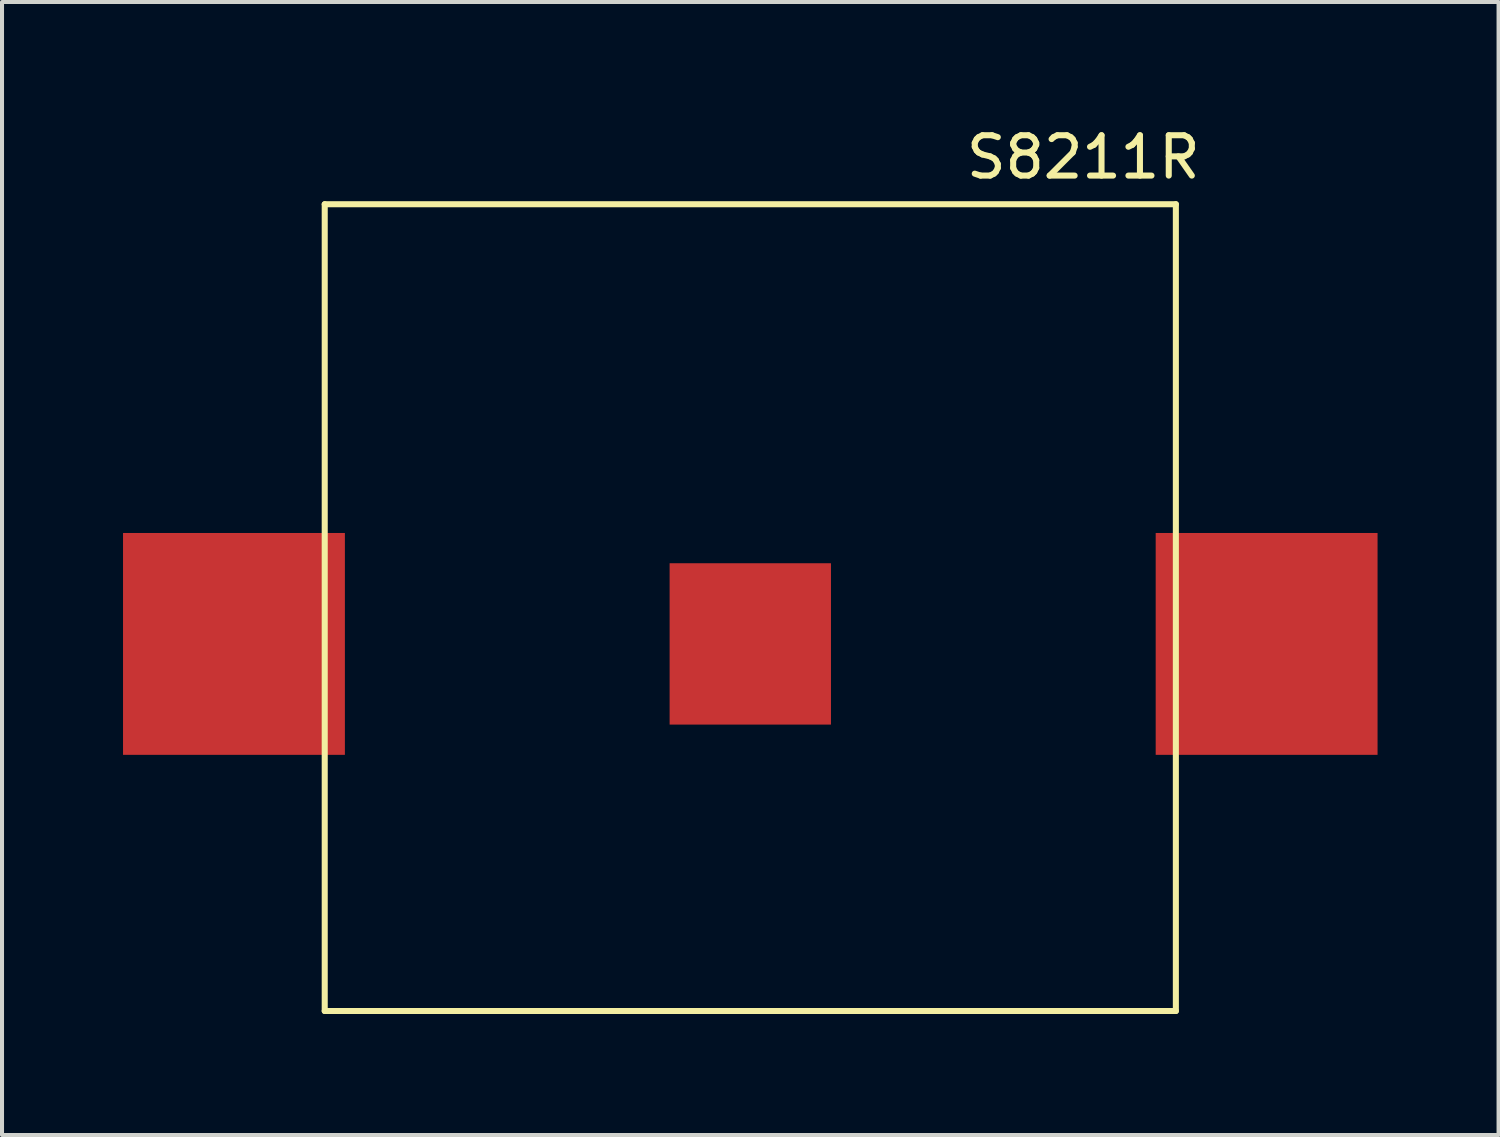
<source format=kicad_pcb>
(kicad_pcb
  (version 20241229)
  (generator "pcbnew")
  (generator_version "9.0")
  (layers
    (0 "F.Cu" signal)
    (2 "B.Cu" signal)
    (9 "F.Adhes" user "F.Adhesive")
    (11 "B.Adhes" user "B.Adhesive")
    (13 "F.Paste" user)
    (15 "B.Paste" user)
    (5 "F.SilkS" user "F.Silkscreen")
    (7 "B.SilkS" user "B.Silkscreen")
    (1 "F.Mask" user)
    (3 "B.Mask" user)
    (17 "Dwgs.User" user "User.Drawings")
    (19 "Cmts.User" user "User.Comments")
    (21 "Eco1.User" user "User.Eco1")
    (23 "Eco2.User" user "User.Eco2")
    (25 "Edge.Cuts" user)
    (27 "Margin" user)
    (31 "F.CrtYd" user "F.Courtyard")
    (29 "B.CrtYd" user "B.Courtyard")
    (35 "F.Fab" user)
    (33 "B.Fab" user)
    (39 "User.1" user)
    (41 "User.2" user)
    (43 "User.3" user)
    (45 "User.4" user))
  (footprint "S8211R"
    (layer "F.Cu")
    (at 15.55 12.913)
    (property "Reference" "S8211R" (at 8.255 -12.065 0) (layer "F.SilkS") (effects (font (size 1 1) (thickness 0.15))))
    (attr through_hole)
    (fp_line (start -10.55 -10.9) (end -10.55 9.1) (stroke (width 0.15) (type solid)) (layer "F.SilkS"))
    (fp_line (start -10.55 -10.9) (end 10.55 -10.9) (stroke (width 0.15) (type solid)) (layer "F.SilkS"))
    (fp_line (start -10.55 9.1) (end 10.55 9.1) (stroke (width 0.15) (type solid)) (layer "F.SilkS"))
    (fp_line (start 10.55 9.1) (end 10.55 -10.9) (stroke (width 0.15) (type solid)) (layer "F.SilkS"))
    (pad "1" smd rect (at -12.8 0) (size 5.5 5.5) (layers "F.Cu" "F.Mask" "F.Paste"))
    (pad "1" smd rect (at 12.8 0) (size 5.5 5.5) (layers "F.Cu" "F.Mask" "F.Paste"))
    (pad "2" smd rect (at 0 0) (size 4 4) (layers "F.Cu" "F.Mask" "F.Paste")))
  (gr_rect
    (start -3 -3)
    (end 34.1 25.088)
    (stroke (width 0.1) (type default))
    (fill no)
    (layer "Edge.Cuts")))
</source>
